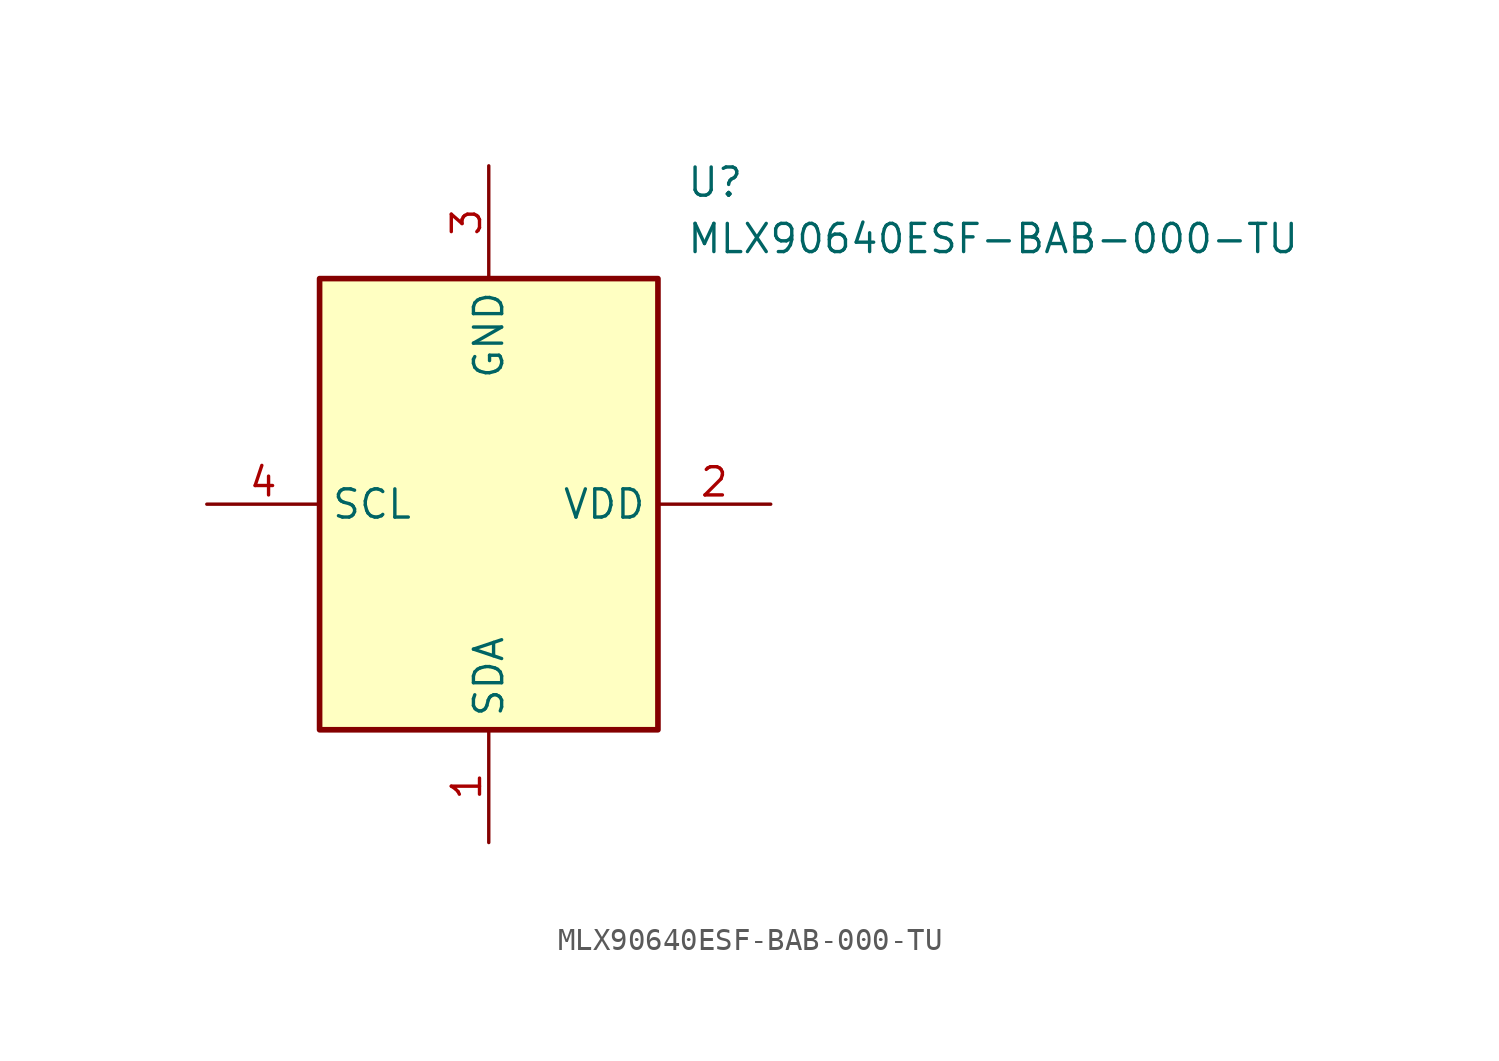
<source format=kicad_sym>
(kicad_symbol_lib
  (version 20220914)
  (generator kicad_symbol_editor)
  (symbol "MLX90640ESF-BAB-000-TU"
    (property "Reference" "U"
      (at 21.59 15.24 0)
      (effects (font (size 1.27 1.27)) (justify left top)))
    (property "Value" "MLX90640ESF-BAB-000-TU"
      (at 21.59 12.7 0)
      (effects (font (size 1.27 1.27)) (justify left top)))
    (symbol "MLX90640ESF-BAB-000-TU_1_1"
      (rectangle (start 5.08 10.16) (end 20.32 -10.16) (stroke (width 0.254) (type default)) (fill (type background)))
      (pin passive line (at 12.7 -15.24 90) (length 5.08) (name "SDA" (effects (font (size 1.27 1.27)))) (number "1" (effects (font (size 1.27 1.27)))))
      (pin passive line (at 25.4 0 180) (length 5.08) (name "VDD" (effects (font (size 1.27 1.27)))) (number "2" (effects (font (size 1.27 1.27)))))
      (pin passive line (at 12.7 15.24 270) (length 5.08) (name "GND" (effects (font (size 1.27 1.27)))) (number "3" (effects (font (size 1.27 1.27)))))
      (pin passive line (at 0 0 0) (length 5.08) (name "SCL" (effects (font (size 1.27 1.27)))) (number "4" (effects (font (size 1.27 1.27))))))))
</source>
